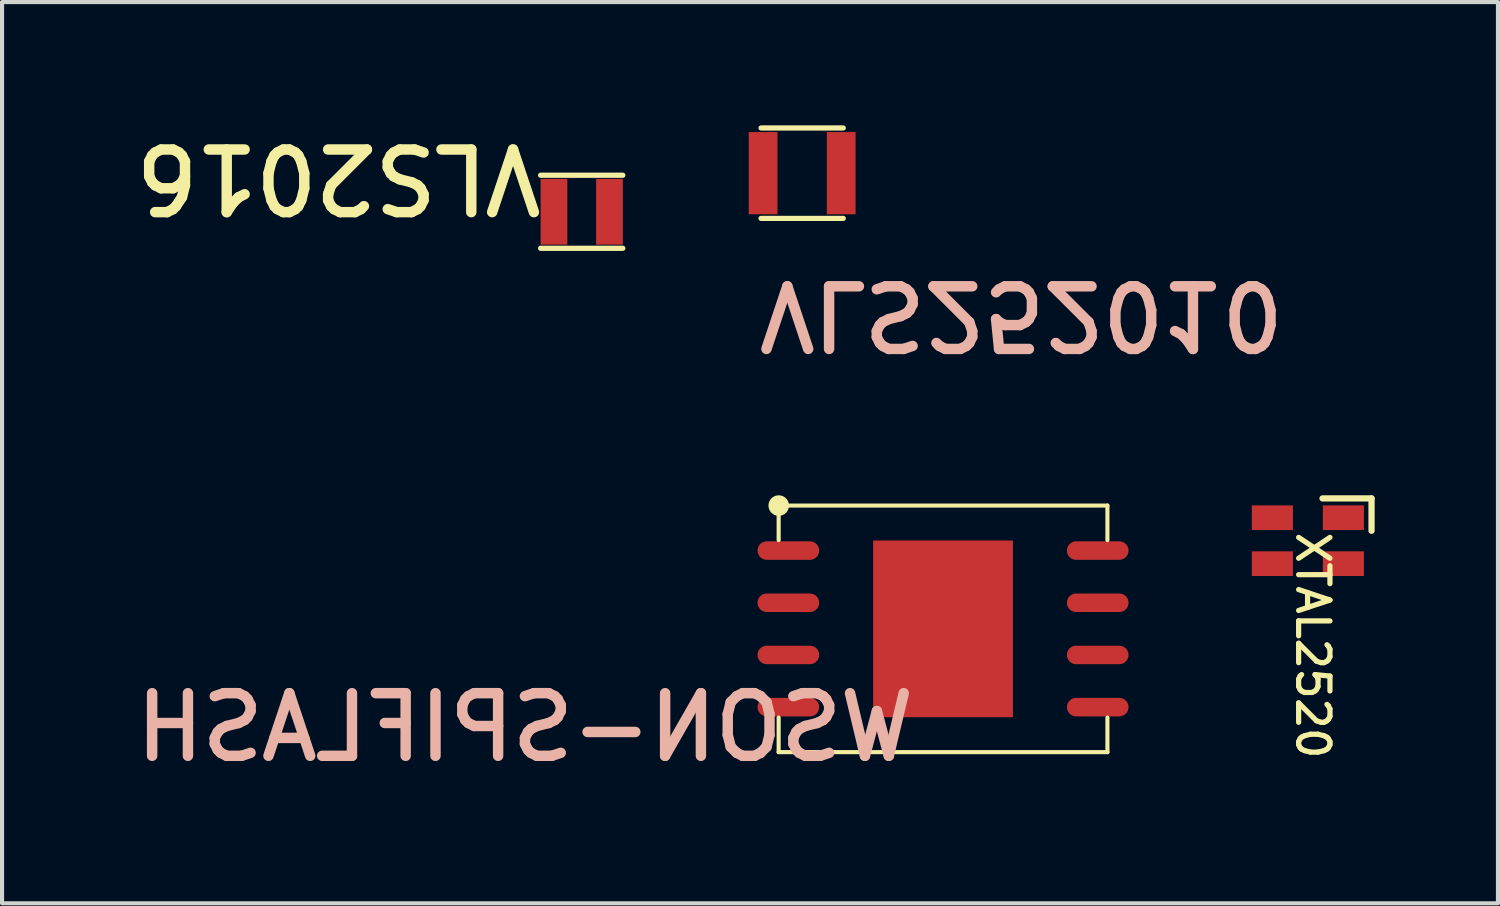
<source format=kicad_pcb>
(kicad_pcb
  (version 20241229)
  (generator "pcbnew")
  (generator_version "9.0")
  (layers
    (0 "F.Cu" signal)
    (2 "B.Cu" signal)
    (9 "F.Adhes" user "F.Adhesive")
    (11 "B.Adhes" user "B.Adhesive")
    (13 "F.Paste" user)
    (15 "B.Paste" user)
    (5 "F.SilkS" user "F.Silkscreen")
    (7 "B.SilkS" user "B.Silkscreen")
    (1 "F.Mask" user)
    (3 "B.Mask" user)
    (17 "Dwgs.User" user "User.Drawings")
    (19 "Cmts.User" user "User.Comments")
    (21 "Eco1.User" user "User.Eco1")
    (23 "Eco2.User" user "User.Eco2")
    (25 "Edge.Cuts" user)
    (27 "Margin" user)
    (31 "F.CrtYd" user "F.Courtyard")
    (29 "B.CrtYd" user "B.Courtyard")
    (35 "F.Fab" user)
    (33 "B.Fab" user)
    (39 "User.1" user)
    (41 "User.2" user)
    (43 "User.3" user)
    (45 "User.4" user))
  (footprint "XTAL2520"
    (layer "F.Cu")
    (at 28.775 10.107)
    (property "Reference" "XTAL2520" (at -0.325 -0.273 270) (unlocked yes) (layer "F.SilkS") (effects (font (size 0.762 0.762) (thickness 0.127)) (justify left bottom)))
    (fp_line (start 0.356 -1.029) (end 1.549 -1.029) (stroke (width 0.152) (type solid)) (layer "F.SilkS"))
    (fp_line (start 1.549 -1.029) (end 1.549 -0.241) (stroke (width 0.152) (type solid)) (layer "F.SilkS"))
    (pad "1" smd rect (at 0.864 -0.559 180) (size 1 0.6) (layers "F.Cu" "F.Mask" "F.Paste"))
    (pad "2" smd rect (at -0.864 -0.559 180) (size 1 0.6) (layers "F.Cu" "F.Mask" "F.Paste"))
    (pad "3" smd rect (at -0.864 0.559 180) (size 1 0.6) (layers "F.Cu" "F.Mask" "F.Paste"))
    (pad "4" smd rect (at 0.864 0.559 180) (size 1 0.6) (layers "F.Cu" "F.Mask" "F.Paste")))
  (footprint "VLS252010"
    (layer "F.Cu")
    (at 16.469 1.164)
    (property "Reference" "VLS252010" (at -1.181 2.553 180) (unlocked yes) (layer "B.SilkS") (effects (font (size 1.524 1.524) (thickness 0.254)) (justify left bottom mirror)))
    (fp_line (start 1 -1.1) (end -1 -1.1) (stroke (width 0.127) (type solid)) (layer "F.SilkS"))
    (fp_line (start 1 1.1) (end -1 1.1) (stroke (width 0.127) (type solid)) (layer "F.SilkS"))
    (pad "1" smd rect (at 0.95 0 90) (size 2 0.7) (layers "F.Cu" "F.Mask" "F.Paste"))
    (pad "2" smd rect (at -0.95 0 90) (size 2 0.7) (layers "F.Cu" "F.Mask" "F.Paste")))
  (footprint "VLS2016"
    (layer "F.Cu")
    (at 11.105 2.103)
    (property "Reference" "VLS2016" (at -0.851 -1.715 180) (unlocked yes) (layer "F.SilkS") (effects (font (size 1.524 1.524) (thickness 0.254)) (justify left bottom)))
    (fp_line (start 1 -0.889) (end -1 -0.889) (stroke (width 0.127) (type solid)) (layer "F.SilkS"))
    (fp_line (start 1 0.889) (end -1 0.889) (stroke (width 0.127) (type solid)) (layer "F.SilkS"))
    (pad "1" smd rect (at 0.675 0 270) (size 1.6 0.65) (layers "F.Cu" "F.Mask" "F.Paste"))
    (pad "2" smd rect (at -0.675 0 270) (size 1.6 0.65) (layers "F.Cu" "F.Mask" "F.Paste")))
  (footprint "WSON-SPIFLASH"
    (layer "F.Cu")
    (at 19.897 12.252)
    (property "Reference" "WSON-SPIFLASH" (at -0.572 3.289 0) (unlocked yes) (layer "B.SilkS") (effects (font (size 1.524 1.524) (thickness 0.254)) (justify left bottom mirror)))
    (fp_line (start -4 -3) (end -4 -2.159) (stroke (width 0.1) (type solid)) (layer "F.SilkS"))
    (fp_line (start -4 2.159) (end -4 3) (stroke (width 0.1) (type solid)) (layer "F.SilkS"))
    (fp_line (start 4 -3) (end -4 -3) (stroke (width 0.1) (type solid)) (layer "F.SilkS"))
    (fp_line (start 4 -3) (end 4 -2.159) (stroke (width 0.1) (type solid)) (layer "F.SilkS"))
    (fp_line (start 4 2.159) (end 4 3) (stroke (width 0.1) (type solid)) (layer "F.SilkS"))
    (fp_line (start 4 3) (end -4 3) (stroke (width 0.1) (type solid)) (layer "F.SilkS"))
    (fp_circle (center -3.998 -3) (end -3.873 -3) (stroke (width 0.25) (type solid)) (fill no) (layer "F.SilkS"))
    (fp_line (start 0 -0.5) (end 0 0.5) (stroke (width 0.1) (type solid)) (layer "Eco1.User"))
    (fp_line (start 0.5 0) (end -0.5 0) (stroke (width 0.1) (type solid)) (layer "Eco1.User"))
    (pad "1" smd oval (at -3.764 -1.905 270) (size 0.45 1.5) (layers "F.Cu" "F.Mask" "F.Paste"))
    (pad "2" smd oval (at -3.764 -0.635 270) (size 0.45 1.5) (layers "F.Cu" "F.Mask" "F.Paste"))
    (pad "3" smd oval (at -3.764 0.635 270) (size 0.45 1.5) (layers "F.Cu" "F.Mask" "F.Paste"))
    (pad "4" smd oval (at -3.764 1.905 270) (size 0.45 1.5) (layers "F.Cu" "F.Mask" "F.Paste"))
    (pad "4" smd rect (at 0 0 180) (size 3.4 4.3) (layers "F.Cu" "F.Mask" "F.Paste"))
    (pad "5" smd oval (at 3.764 1.905 270) (size 0.45 1.5) (layers "F.Cu" "F.Mask" "F.Paste"))
    (pad "6" smd oval (at 3.764 0.635 270) (size 0.45 1.5) (layers "F.Cu" "F.Mask" "F.Paste"))
    (pad "7" smd oval (at 3.764 -0.635 270) (size 0.45 1.5) (layers "F.Cu" "F.Mask" "F.Paste"))
    (pad "8" smd oval (at 3.764 -1.905 270) (size 0.45 1.5) (layers "F.Cu" "F.Mask" "F.Paste")))
  (gr_rect
    (start -3 -3)
    (end 33.4 18.93)
    (stroke (width 0.1) (type default))
    (fill no)
    (layer "Edge.Cuts")))
</source>
